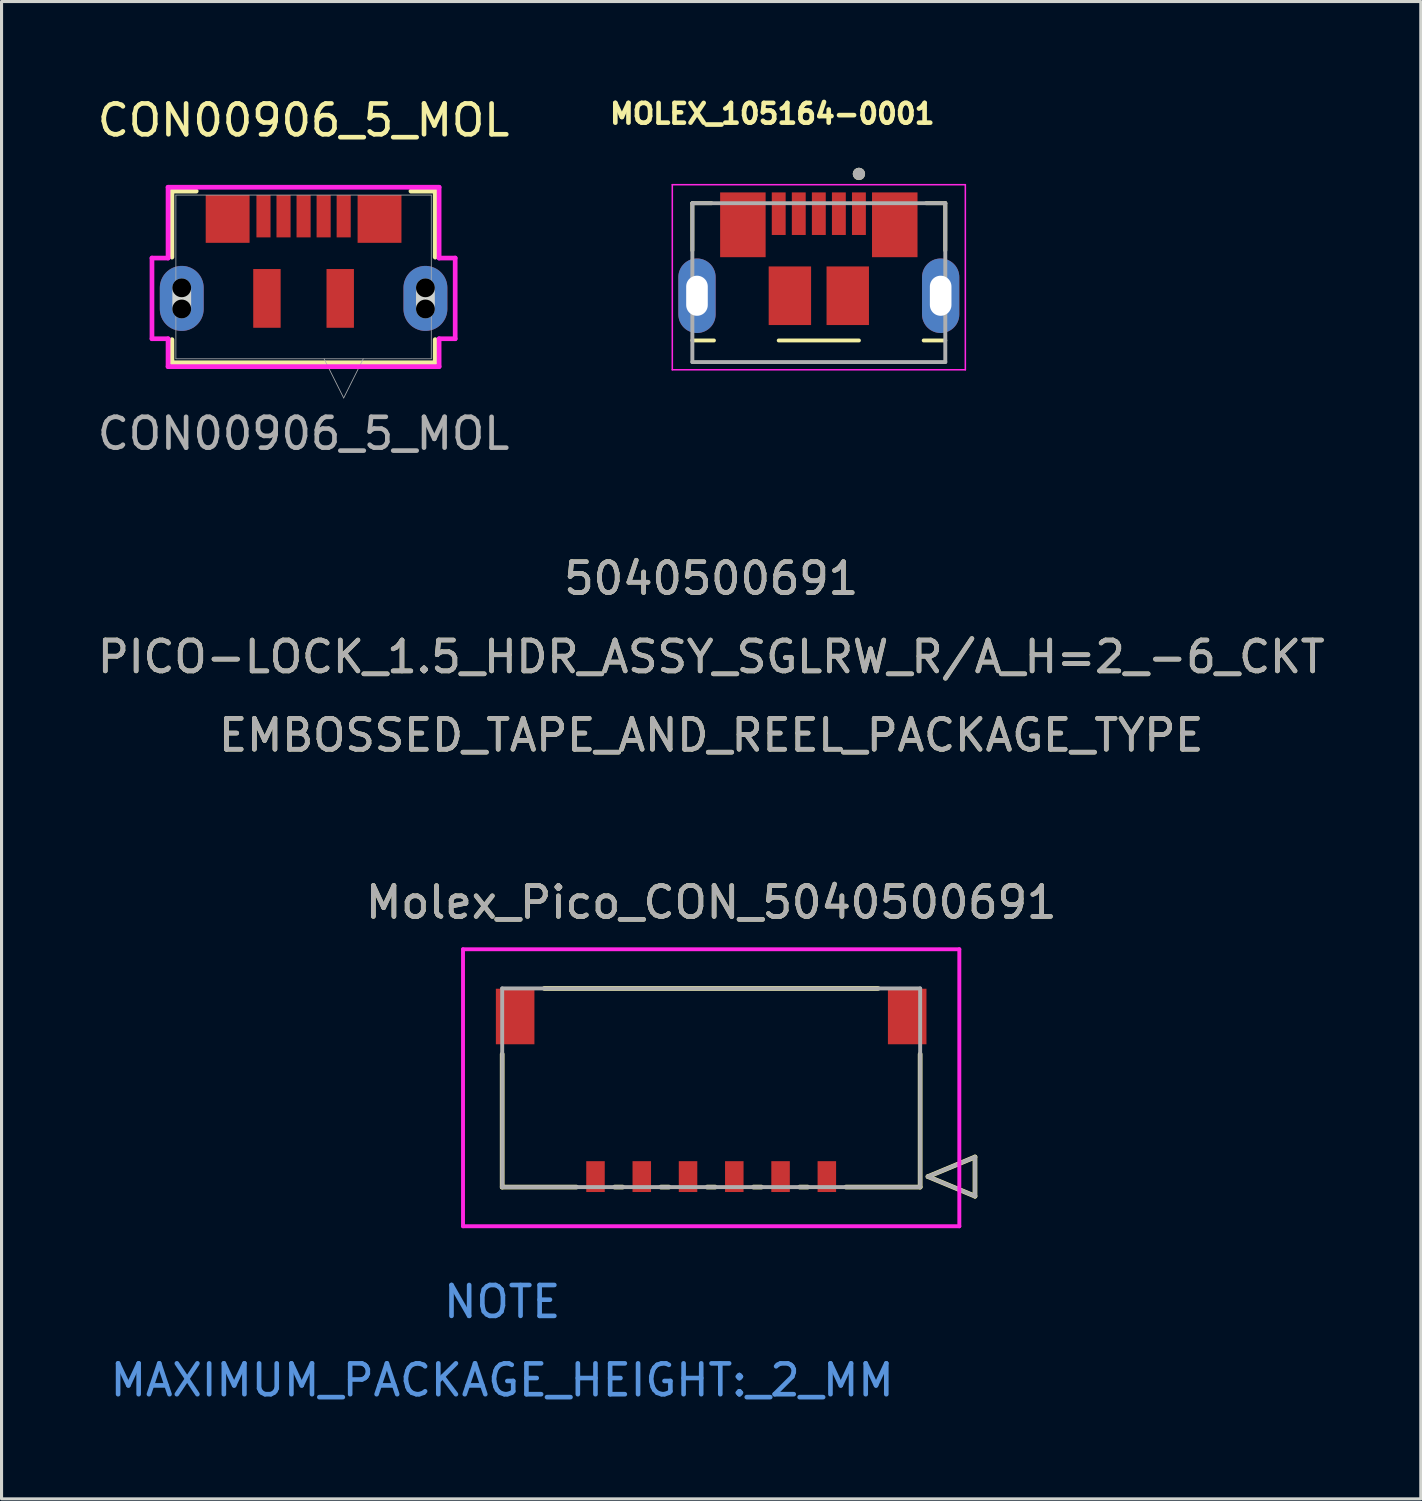
<source format=kicad_pcb>
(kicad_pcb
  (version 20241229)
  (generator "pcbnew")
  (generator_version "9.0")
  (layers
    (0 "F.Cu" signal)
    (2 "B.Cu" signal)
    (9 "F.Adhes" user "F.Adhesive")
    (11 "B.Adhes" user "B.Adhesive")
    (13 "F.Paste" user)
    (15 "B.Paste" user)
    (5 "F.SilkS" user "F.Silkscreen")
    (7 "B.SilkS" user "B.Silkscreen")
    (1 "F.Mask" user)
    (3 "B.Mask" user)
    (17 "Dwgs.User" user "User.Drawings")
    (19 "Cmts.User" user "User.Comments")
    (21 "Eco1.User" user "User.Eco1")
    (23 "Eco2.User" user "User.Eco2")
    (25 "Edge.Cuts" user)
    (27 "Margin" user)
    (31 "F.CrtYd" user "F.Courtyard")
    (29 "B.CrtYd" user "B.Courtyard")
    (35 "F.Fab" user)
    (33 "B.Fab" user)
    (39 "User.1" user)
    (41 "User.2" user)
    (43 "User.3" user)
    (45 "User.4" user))
  (footprint "MOLEX_105164-0001"
    (layer "F.Cu")
    (at 23.496 7.988)
    (property "Reference" "MOLEX_105164-0001" (at -1.508 -7.35 0) (layer "F.SilkS") (effects (font (size 0.64 0.64) (thickness 0.15))))
    (attr smd)
    (fp_line (start -4.1 -4.45) (end -3.48 -4.45) (stroke (width 0.127) (type solid)) (layer "F.SilkS"))
    (fp_line (start -4.1 -2.92) (end -4.1 -4.45) (stroke (width 0.127) (type solid)) (layer "F.SilkS"))
    (fp_line (start -4.1 0) (end -3.4 0) (stroke (width 0.127) (type solid)) (layer "F.SilkS"))
    (fp_line (start -1.3 0) (end 1.3 0) (stroke (width 0.127) (type solid)) (layer "F.SilkS"))
    (fp_line (start 3.4 0) (end 4.1 0) (stroke (width 0.127) (type solid)) (layer "F.SilkS"))
    (fp_line (start 4.1 -4.45) (end 3.48 -4.45) (stroke (width 0.127) (type solid)) (layer "F.SilkS"))
    (fp_line (start 4.1 -2.92) (end 4.1 -4.45) (stroke (width 0.127) (type solid)) (layer "F.SilkS"))
    (fp_circle (center 1.3 -5.4) (end 1.4 -5.4) (stroke (width 0.2) (type solid)) (fill no) (layer "F.SilkS"))
    (fp_line (start -4.75 -5.05) (end 4.75 -5.05) (stroke (width 0.05) (type solid)) (layer "F.CrtYd"))
    (fp_line (start -4.75 0.95) (end -4.75 -5.05) (stroke (width 0.05) (type solid)) (layer "F.CrtYd"))
    (fp_line (start 4.75 -5.05) (end 4.75 0.95) (stroke (width 0.05) (type solid)) (layer "F.CrtYd"))
    (fp_line (start 4.75 0.95) (end -4.75 0.95) (stroke (width 0.05) (type solid)) (layer "F.CrtYd"))
    (fp_line (start -4.1 -4.45) (end 4.1 -4.45) (stroke (width 0.127) (type solid)) (layer "F.Fab"))
    (fp_line (start -4.1 0.7) (end -4.1 -4.45) (stroke (width 0.127) (type solid)) (layer "F.Fab"))
    (fp_line (start 4.1 -4.45) (end 4.1 0.7) (stroke (width 0.127) (type solid)) (layer "F.Fab"))
    (fp_line (start 4.1 0.7) (end -4.1 0.7) (stroke (width 0.127) (type solid)) (layer "F.Fab"))
    (fp_circle (center 1.3 -5.4) (end 1.4 -5.4) (stroke (width 0.2) (type solid)) (fill no) (layer "F.Fab"))
    (pad "1" smd rect (at 1.3 -4.11 90) (size 1.38 0.45) (layers "F.Cu" "F.Mask" "F.Paste"))
    (pad "2" smd rect (at 0.65 -4.11 90) (size 1.38 0.45) (layers "F.Cu" "F.Mask" "F.Paste"))
    (pad "3" smd rect (at 0 -4.11 90) (size 1.38 0.45) (layers "F.Cu" "F.Mask" "F.Paste"))
    (pad "4" smd rect (at -0.65 -4.11 90) (size 1.38 0.45) (layers "F.Cu" "F.Mask" "F.Paste"))
    (pad "5" smd rect (at -1.3 -4.11 90) (size 1.38 0.45) (layers "F.Cu" "F.Mask" "F.Paste"))
    (pad "SH1" thru_hole oval (at -3.95 -1.45) (size 1.208 2.416) (drill oval 0.7 1.3) (layers "*.Cu" "*.Mask"))
    (pad "SH2" smd rect (at -2.462 -3.75 90) (size 2.1 1.475) (layers "F.Cu" "F.Mask" "F.Paste"))
    (pad "SH3" smd rect (at -0.938 -1.45 90) (size 1.9 1.375) (layers "F.Cu" "F.Mask" "F.Paste"))
    (pad "SH4" smd rect (at 0.938 -1.45 90) (size 1.9 1.375) (layers "F.Cu" "F.Mask" "F.Paste"))
    (pad "SH5" smd rect (at 2.462 -3.75 90) (size 2.1 1.475) (layers "F.Cu" "F.Mask" "F.Paste"))
    (pad "SH6" thru_hole oval (at 3.95 -1.45) (size 1.208 2.416) (drill oval 0.7 1.3) (layers "*.Cu" "*.Mask")))
  (footprint "Molex_Pico_CON_5040500691"
    (layer "F.Cu")
    (at 23.756 35.095)
    (property "Reference" "Molex_Pico_CON_5040500691" (at -3.75 -8.89 0) (unlocked yes) (layer "F.SilkS") (effects (font (size 1 1) (thickness 0.15))))
    (attr smd)
    (fp_line (start -10.525 -3.97) (end -10.525 0.34) (stroke (width 0.152) (type solid)) (layer "F.SilkS"))
    (fp_line (start -10.525 0.34) (end -8.12 0.34) (stroke (width 0.152) (type solid)) (layer "F.SilkS"))
    (fp_line (start -6.88 0.34) (end -6.62 0.34) (stroke (width 0.152) (type solid)) (layer "F.SilkS"))
    (fp_line (start -5.38 0.34) (end -5.12 0.34) (stroke (width 0.152) (type solid)) (layer "F.SilkS"))
    (fp_line (start -3.88 0.34) (end -3.62 0.34) (stroke (width 0.152) (type solid)) (layer "F.SilkS"))
    (fp_line (start -2.38 0.34) (end -2.12 0.34) (stroke (width 0.152) (type solid)) (layer "F.SilkS"))
    (fp_line (start -0.88 0.34) (end -0.62 0.34) (stroke (width 0.152) (type solid)) (layer "F.SilkS"))
    (fp_line (start 0.62 0.34) (end 3.025 0.34) (stroke (width 0.152) (type solid)) (layer "F.SilkS"))
    (fp_line (start 1.66 -6.1) (end -9.16 -6.1) (stroke (width 0.152) (type solid)) (layer "F.SilkS"))
    (fp_line (start 3.025 0.34) (end 3.025 -3.97) (stroke (width 0.152) (type solid)) (layer "F.SilkS"))
    (fp_line (start 3.279 0) (end 4.803 -0.635) (stroke (width 0.152) (type solid)) (layer "F.SilkS"))
    (fp_line (start 4.803 -0.635) (end 4.803 0.635) (stroke (width 0.152) (type solid)) (layer "F.SilkS"))
    (fp_line (start 4.803 0.635) (end 3.279 0) (stroke (width 0.152) (type solid)) (layer "F.SilkS"))
    (fp_line (start -11.795 -7.37) (end -11.795 1.61) (stroke (width 0.127) (type solid)) (layer "F.CrtYd"))
    (fp_line (start -11.795 1.61) (end 4.295 1.61) (stroke (width 0.127) (type solid)) (layer "F.CrtYd"))
    (fp_line (start 4.295 -7.37) (end -11.795 -7.37) (stroke (width 0.127) (type solid)) (layer "F.CrtYd"))
    (fp_line (start 4.295 1.61) (end 4.295 -7.37) (stroke (width 0.127) (type solid)) (layer "F.CrtYd"))
    (fp_line (start -10.525 -6.1) (end -10.525 0.34) (stroke (width 0.127) (type solid)) (layer "F.Fab"))
    (fp_line (start -10.525 0.34) (end 3.025 0.34) (stroke (width 0.127) (type solid)) (layer "F.Fab"))
    (fp_line (start 3.025 -6.1) (end -10.525 -6.1) (stroke (width 0.127) (type solid)) (layer "F.Fab"))
    (fp_line (start 3.025 0.34) (end 3.025 -6.1) (stroke (width 0.127) (type solid)) (layer "F.Fab"))
    (fp_line (start 3.279 0) (end 4.803 -0.635) (stroke (width 0.127) (type solid)) (layer "F.Fab"))
    (fp_line (start 4.803 -0.635) (end 4.803 0.635) (stroke (width 0.127) (type solid)) (layer "F.Fab"))
    (fp_line (start 4.803 0.635) (end 3.279 0) (stroke (width 0.127) (type solid)) (layer "F.Fab"))
    (fp_text user "5040500691" (at -3.75 -19.39 0) (unlocked yes) (layer "F.SilkS") (effects (font (size 1 1) (thickness 0.15))))
    (fp_text user "PICO-LOCK_1.5_HDR_ASSY_SGLRW_R/A_H=2_-6_CKT" (at -3.75 -16.85 0) (unlocked yes) (layer "F.SilkS") (effects (font (size 1 1) (thickness 0.15))))
    (fp_text user "EMBOSSED_TAPE_AND_REEL_PACKAGE_TYPE" (at -3.75 -14.31 0) (unlocked yes) (layer "F.SilkS") (effects (font (size 1 1) (thickness 0.15))))
    (fp_text user "MAXIMUM_PACKAGE_HEIGHT:_2_MM" (at -10.525 6.6 0) (unlocked yes) (layer "Cmts.User") (effects (font (size 1 1) (thickness 0.15))))
    (fp_text user "NOTE" (at -10.525 4.06 0) (unlocked yes) (layer "Cmts.User") (effects (font (size 1 1) (thickness 0.15))))
    (fp_text user "5040500691" (at -3.75 -19.39 0) (unlocked yes) (layer "F.Fab") (effects (font (size 1 1) (thickness 0.15))))
    (fp_text user "${REFERENCE}" (at -3.75 -8.89 0) (unlocked yes) (layer "F.Fab") (effects (font (size 1 1) (thickness 0.15))))
    (fp_text user "EMBOSSED_TAPE_AND_REEL_PACKAGE_TYPE" (at -3.75 -14.31 0) (unlocked yes) (layer "F.Fab") (effects (font (size 1 1) (thickness 0.15))))
    (fp_text user "PICO-LOCK_1.5_HDR_ASSY_SGLRW_R/A_H=2_-6_CKT" (at -3.75 -16.85 0) (unlocked yes) (layer "F.Fab") (effects (font (size 1 1) (thickness 0.15))))
    (pad "1" smd rect (at 0 0) (size 0.6 1) (layers "F.Cu" "F.Mask" "F.Paste"))
    (pad "2" smd rect (at -1.5 0) (size 0.6 1) (layers "F.Cu" "F.Mask" "F.Paste"))
    (pad "3" smd rect (at -3 0) (size 0.6 1) (layers "F.Cu" "F.Mask" "F.Paste"))
    (pad "4" smd rect (at -4.5 0) (size 0.6 1) (layers "F.Cu" "F.Mask" "F.Paste"))
    (pad "5" smd rect (at -6 0) (size 0.6 1) (layers "F.Cu" "F.Mask" "F.Paste"))
    (pad "6" smd rect (at -7.5 0) (size 0.6 1) (layers "F.Cu" "F.Mask" "F.Paste"))
    (pad "7" smd rect (at 2.605 -5.19) (size 1.25 1.8) (layers "F.Cu" "F.Mask" "F.Paste"))
    (pad "8" smd rect (at -10.105 -5.19) (size 1.25 1.8) (layers "F.Cu" "F.Mask" "F.Paste")))
  (footprint "CON00906_5_MOL"
    (layer "F.Cu")
    (at 6.792 5.928)
    (property "Reference" "CON00906_5_MOL" (at 0 -5.08 0) (unlocked yes) (layer "F.SilkS") (effects (font (size 1 1) (thickness 0.15))))
    (attr smd)
    (fp_line (start -4.267 -2.781) (end -4.267 -0.642) (stroke (width 0.152) (type solid)) (layer "F.SilkS"))
    (fp_line (start -4.267 2.033) (end -4.267 2.781) (stroke (width 0.152) (type solid)) (layer "F.SilkS"))
    (fp_line (start -4.267 2.781) (end 4.267 2.781) (stroke (width 0.152) (type solid)) (layer "F.SilkS"))
    (fp_line (start -3.481 -2.781) (end -4.267 -2.781) (stroke (width 0.152) (type solid)) (layer "F.SilkS"))
    (fp_line (start 4.267 -2.781) (end 3.481 -2.781) (stroke (width 0.152) (type solid)) (layer "F.SilkS"))
    (fp_line (start 4.267 -0.642) (end 4.267 -2.781) (stroke (width 0.152) (type solid)) (layer "F.SilkS"))
    (fp_line (start 4.267 2.781) (end 4.267 2.033) (stroke (width 0.152) (type solid)) (layer "F.SilkS"))
    (fp_line (start -3.95 1.039) (end -3.95 0.353) (stroke (width 0.61) (type solid)) (layer "Edge.Cuts"))
    (fp_line (start 3.95 1.039) (end 3.95 0.353) (stroke (width 0.61) (type solid)) (layer "Edge.Cuts"))
    (fp_line (start -4.915 -0.612) (end -4.915 2.004) (stroke (width 0.152) (type solid)) (layer "F.CrtYd"))
    (fp_line (start -4.915 2.004) (end -4.394 2.004) (stroke (width 0.152) (type solid)) (layer "F.CrtYd"))
    (fp_line (start -4.394 -2.908) (end -4.394 -0.612) (stroke (width 0.152) (type solid)) (layer "F.CrtYd"))
    (fp_line (start -4.394 -0.612) (end -4.915 -0.612) (stroke (width 0.152) (type solid)) (layer "F.CrtYd"))
    (fp_line (start -4.394 2.004) (end -4.394 2.908) (stroke (width 0.152) (type solid)) (layer "F.CrtYd"))
    (fp_line (start -4.394 2.908) (end 4.394 2.908) (stroke (width 0.152) (type solid)) (layer "F.CrtYd"))
    (fp_line (start 4.394 -2.908) (end -4.394 -2.908) (stroke (width 0.152) (type solid)) (layer "F.CrtYd"))
    (fp_line (start 4.394 -0.612) (end 4.394 -2.908) (stroke (width 0.152) (type solid)) (layer "F.CrtYd"))
    (fp_line (start 4.394 2.004) (end 4.915 2.004) (stroke (width 0.152) (type solid)) (layer "F.CrtYd"))
    (fp_line (start 4.394 2.908) (end 4.394 2.004) (stroke (width 0.152) (type solid)) (layer "F.CrtYd"))
    (fp_line (start 4.915 -0.612) (end 4.394 -0.612) (stroke (width 0.152) (type solid)) (layer "F.CrtYd"))
    (fp_line (start 4.915 2.004) (end 4.915 -0.612) (stroke (width 0.152) (type solid)) (layer "F.CrtYd"))
    (fp_line (start -4.14 -2.654) (end -4.14 2.654) (stroke (width 0.025) (type solid)) (layer "F.Fab"))
    (fp_line (start -4.14 2.654) (end 4.14 2.654) (stroke (width 0.025) (type solid)) (layer "F.Fab"))
    (fp_line (start 0.665 2.654) (end 1.3 3.924) (stroke (width 0.025) (type solid)) (layer "F.Fab"))
    (fp_line (start 1.935 2.654) (end 1.3 3.924) (stroke (width 0.025) (type solid)) (layer "F.Fab"))
    (fp_line (start 4.14 -2.654) (end -4.14 -2.654) (stroke (width 0.025) (type solid)) (layer "F.Fab"))
    (fp_line (start 4.14 2.654) (end 4.14 -2.654) (stroke (width 0.025) (type solid)) (layer "F.Fab"))
    (fp_text user "${REFERENCE}" (at 0 5.08 0) (unlocked yes) (layer "F.Fab") (effects (font (size 1 1) (thickness 0.15))))
    (pad "" np_thru_hole circle (at -3.95 0.353) (size 0.61 0.61) (drill 0.61) (layers))
    (pad "" np_thru_hole circle (at -3.95 1.039) (size 0.61 0.61) (drill 0.61) (layers))
    (pad "" np_thru_hole circle (at 3.95 0.353) (size 0.61 0.61) (drill 0.61) (layers))
    (pad "" np_thru_hole circle (at 3.95 1.039) (size 0.61 0.61) (drill 0.61) (layers))
    (pad "1" smd rect (at 1.3 -1.968) (size 0.457 1.372) (layers "F.Cu" "F.Mask" "F.Paste"))
    (pad "2" smd rect (at 0.65 -1.968) (size 0.457 1.372) (layers "F.Cu" "F.Mask" "F.Paste"))
    (pad "3" smd rect (at 0 -1.968) (size 0.457 1.372) (layers "F.Cu" "F.Mask" "F.Paste"))
    (pad "4" smd rect (at -0.65 -1.968) (size 0.457 1.372) (layers "F.Cu" "F.Mask" "F.Paste"))
    (pad "5" smd rect (at -1.3 -1.968) (size 0.457 1.372) (layers "F.Cu" "F.Mask" "F.Paste"))
    (pad "6" smd rect (at -2.462 -1.88 90) (size 1.549 1.422) (layers "F.Cu" "F.Mask" "F.Paste"))
    (pad "7" smd rect (at 2.462 -1.88 90) (size 1.549 1.422) (layers "F.Cu" "F.Mask" "F.Paste"))
    (pad "8" smd rect (at -1.188 0.696) (size 0.889 1.905) (layers "F.Cu" "F.Mask" "F.Paste"))
    (pad "9" smd rect (at 1.188 0.696) (size 0.889 1.905) (layers "F.Cu" "F.Mask" "F.Paste"))
    (pad "10" thru_hole oval (at -3.95 0.696 90) (size 2.108 1.422) (drill 0.025) (layers "*.Cu" "*.Mask"))
    (pad "11" thru_hole oval (at 3.95 0.696 90) (size 2.108 1.422) (drill 0.025) (layers "*.Cu" "*.Mask")))
  (gr_rect
    (start -3 -3)
    (end 43.012 45.543)
    (stroke (width 0.1) (type default))
    (fill no)
    (layer "Edge.Cuts")))
</source>
